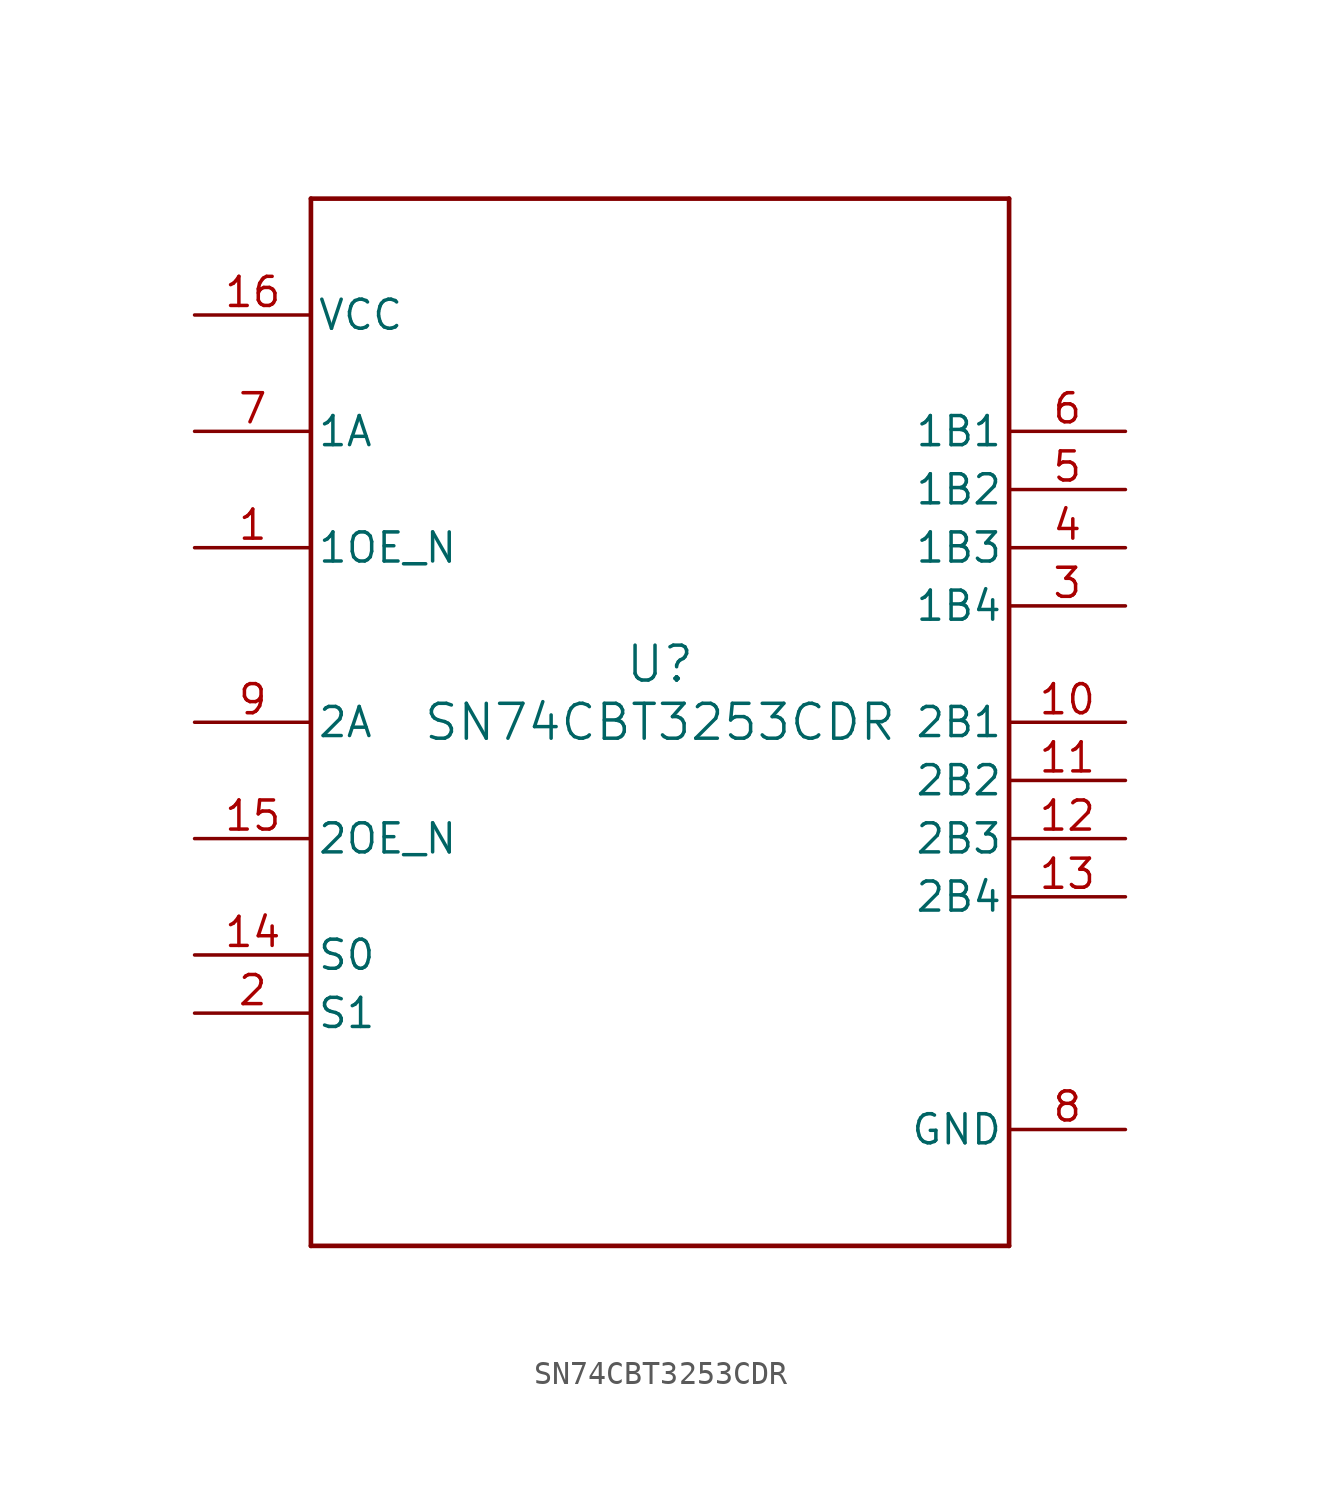
<source format=kicad_sym>
(kicad_symbol_lib
  (version 20211014)
  (generator kicad_symbol_editor)
  (symbol "SN74CBT3253CDR"
    (pin_names
      (offset 0.254))
    (property "Reference" "U"
      (at 0 2.54 0)
      (effects (font (size 1.524 1.524))))
    (property "Value" "SN74CBT3253CDR"
      (at 0 0 0)
      (effects (font (size 1.524 1.524))))
    (symbol "SN74CBT3253CDR_0_1"
      (polyline (pts (xy -15.24 -22.86) (xy 15.24 -22.86)) (stroke (width 0.203) (type default) (color 0 0 0 0)) (fill (type none)))
      (polyline (pts (xy 15.24 -22.86) (xy 15.24 22.86)) (stroke (width 0.203) (type default) (color 0 0 0 0)) (fill (type none)))
      (polyline (pts (xy 15.24 22.86) (xy -15.24 22.86)) (stroke (width 0.203) (type default) (color 0 0 0 0)) (fill (type none)))
      (polyline (pts (xy -15.24 22.86) (xy -15.24 -22.86)) (stroke (width 0.203) (type default) (color 0 0 0 0)) (fill (type none)))
      (pin input line (at -20.32 7.62 0) (length 5.08) (name "1OE_N" (effects (font (size 1.27 1.27)))) (number "1" (effects (font (size 1.27 1.27)))))
      (pin input line (at -20.32 -12.7 0) (length 5.08) (name "S1" (effects (font (size 1.27 1.27)))) (number "2" (effects (font (size 1.27 1.27)))))
      (pin bidirectional line (at 20.32 5.08 180) (length 5.08) (name "1B4" (effects (font (size 1.27 1.27)))) (number "3" (effects (font (size 1.27 1.27)))))
      (pin bidirectional line (at 20.32 7.62 180) (length 5.08) (name "1B3" (effects (font (size 1.27 1.27)))) (number "4" (effects (font (size 1.27 1.27)))))
      (pin bidirectional line (at 20.32 10.16 180) (length 5.08) (name "1B2" (effects (font (size 1.27 1.27)))) (number "5" (effects (font (size 1.27 1.27)))))
      (pin bidirectional line (at 20.32 12.7 180) (length 5.08) (name "1B1" (effects (font (size 1.27 1.27)))) (number "6" (effects (font (size 1.27 1.27)))))
      (pin bidirectional line (at -20.32 12.7 0) (length 5.08) (name "1A" (effects (font (size 1.27 1.27)))) (number "7" (effects (font (size 1.27 1.27)))))
      (pin power_in line (at 20.32 -17.78 180) (length 5.08) (name "GND" (effects (font (size 1.27 1.27)))) (number "8" (effects (font (size 1.27 1.27)))))
      (pin bidirectional line (at -20.32 0 0) (length 5.08) (name "2A" (effects (font (size 1.27 1.27)))) (number "9" (effects (font (size 1.27 1.27)))))
      (pin bidirectional line (at 20.32 0 180) (length 5.08) (name "2B1" (effects (font (size 1.27 1.27)))) (number "10" (effects (font (size 1.27 1.27)))))
      (pin bidirectional line (at 20.32 -2.54 180) (length 5.08) (name "2B2" (effects (font (size 1.27 1.27)))) (number "11" (effects (font (size 1.27 1.27)))))
      (pin bidirectional line (at 20.32 -5.08 180) (length 5.08) (name "2B3" (effects (font (size 1.27 1.27)))) (number "12" (effects (font (size 1.27 1.27)))))
      (pin bidirectional line (at 20.32 -7.62 180) (length 5.08) (name "2B4" (effects (font (size 1.27 1.27)))) (number "13" (effects (font (size 1.27 1.27)))))
      (pin input line (at -20.32 -10.16 0) (length 5.08) (name "S0" (effects (font (size 1.27 1.27)))) (number "14" (effects (font (size 1.27 1.27)))))
      (pin input line (at -20.32 -5.08 0) (length 5.08) (name "2OE_N" (effects (font (size 1.27 1.27)))) (number "15" (effects (font (size 1.27 1.27)))))
      (pin power_in line (at -20.32 17.78 0) (length 5.08) (name "VCC" (effects (font (size 1.27 1.27)))) (number "16" (effects (font (size 1.27 1.27))))))))
</source>
